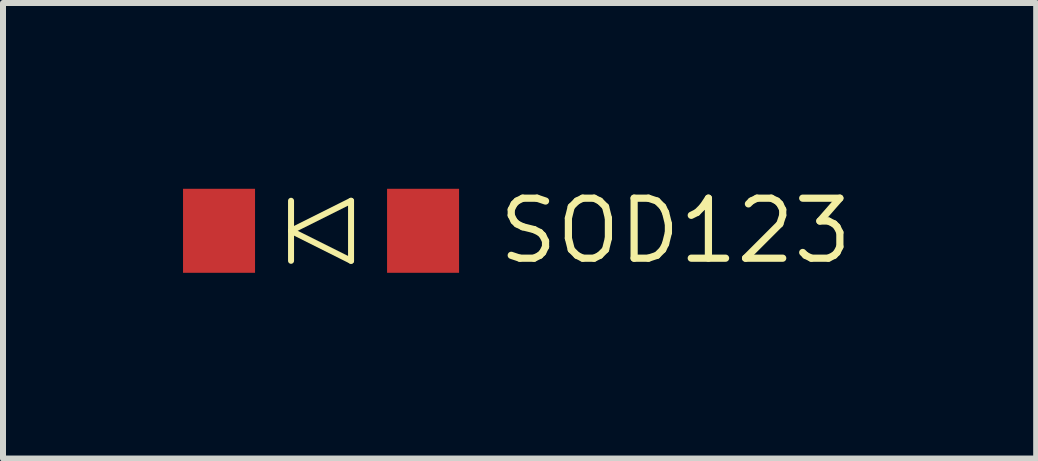
<source format=kicad_pcb>
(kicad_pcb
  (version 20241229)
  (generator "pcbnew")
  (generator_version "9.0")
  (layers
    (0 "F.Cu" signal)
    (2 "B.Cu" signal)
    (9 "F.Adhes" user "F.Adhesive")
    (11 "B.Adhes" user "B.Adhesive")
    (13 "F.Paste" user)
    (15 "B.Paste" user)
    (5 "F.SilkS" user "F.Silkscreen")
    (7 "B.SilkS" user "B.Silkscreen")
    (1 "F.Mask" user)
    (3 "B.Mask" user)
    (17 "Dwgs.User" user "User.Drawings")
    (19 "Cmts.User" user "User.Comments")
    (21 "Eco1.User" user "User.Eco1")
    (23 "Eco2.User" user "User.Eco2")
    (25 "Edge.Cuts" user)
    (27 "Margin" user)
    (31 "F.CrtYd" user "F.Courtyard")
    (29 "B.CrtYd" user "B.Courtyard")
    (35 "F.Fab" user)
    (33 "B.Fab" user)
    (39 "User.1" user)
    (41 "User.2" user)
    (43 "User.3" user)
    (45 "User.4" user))
  (footprint "SOD123"
    (layer "F.Cu")
    (at 2.3 0.796)
    (property "Reference" "SOD123" (at 2.9 0 0) (layer "F.SilkS") (effects (font (size 1 1) (thickness 0.12)) (justify left)))
    (attr through_hole)
    (fp_line (start -0.5 -0.5) (end -0.5 0.5) (stroke (width 0.1) (type solid)) (layer "F.SilkS"))
    (fp_line (start -0.5 0) (end 0.5 -0.5) (stroke (width 0.1) (type solid)) (layer "F.SilkS"))
    (fp_line (start 0.5 -0.5) (end 0.5 0.5) (stroke (width 0.1) (type solid)) (layer "F.SilkS"))
    (fp_line (start 0.5 0.5) (end -0.5 0) (stroke (width 0.1) (type solid)) (layer "F.SilkS"))
    (pad "1" smd rect (at -1.7 0) (size 1.2 1.4) (layers "F.Cu" "F.Mask" "F.Paste"))
    (pad "2" smd rect (at 1.7 0) (size 1.2 1.4) (layers "F.Cu" "F.Mask" "F.Paste")))
  (gr_rect
    (start -3 -3)
    (end 14.217 4.591)
    (stroke (width 0.1) (type default))
    (fill no)
    (layer "Edge.Cuts")))
</source>
